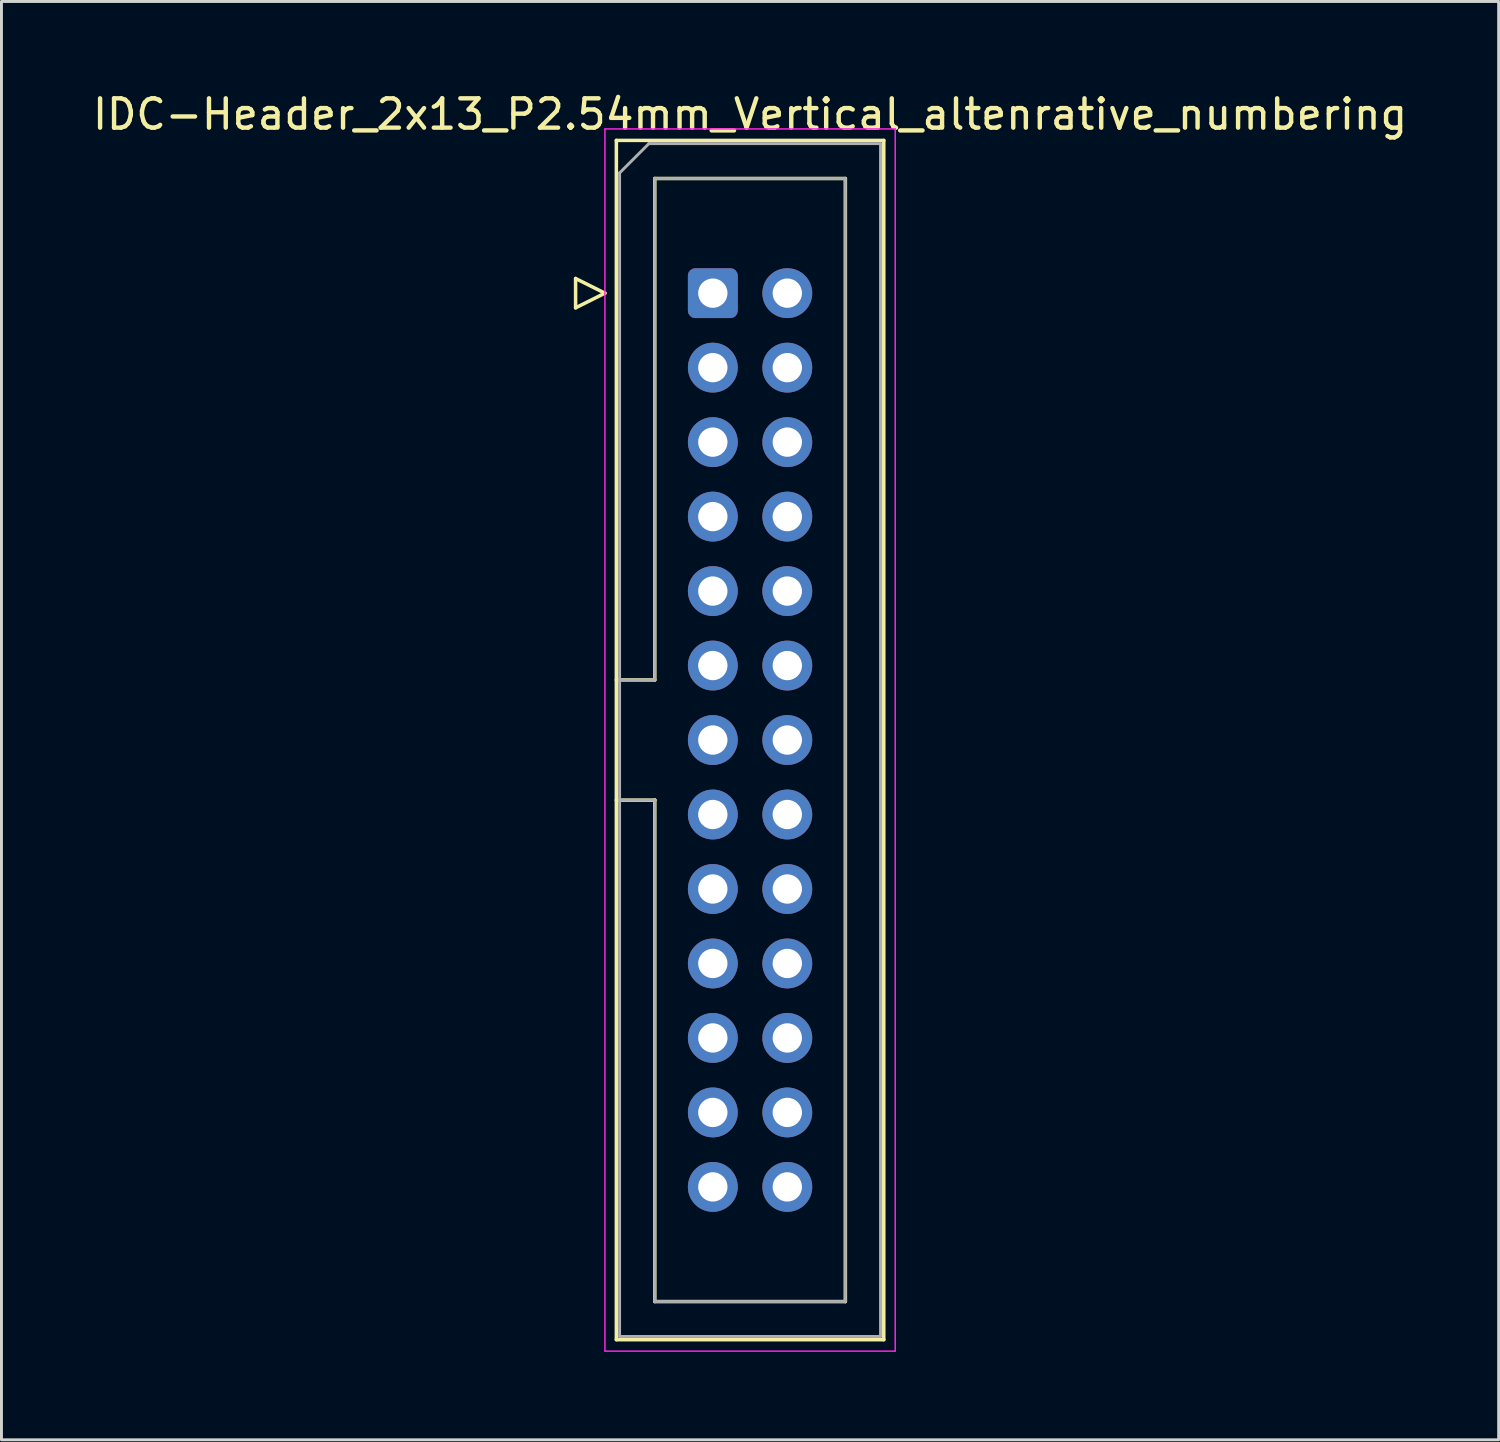
<source format=kicad_pcb>
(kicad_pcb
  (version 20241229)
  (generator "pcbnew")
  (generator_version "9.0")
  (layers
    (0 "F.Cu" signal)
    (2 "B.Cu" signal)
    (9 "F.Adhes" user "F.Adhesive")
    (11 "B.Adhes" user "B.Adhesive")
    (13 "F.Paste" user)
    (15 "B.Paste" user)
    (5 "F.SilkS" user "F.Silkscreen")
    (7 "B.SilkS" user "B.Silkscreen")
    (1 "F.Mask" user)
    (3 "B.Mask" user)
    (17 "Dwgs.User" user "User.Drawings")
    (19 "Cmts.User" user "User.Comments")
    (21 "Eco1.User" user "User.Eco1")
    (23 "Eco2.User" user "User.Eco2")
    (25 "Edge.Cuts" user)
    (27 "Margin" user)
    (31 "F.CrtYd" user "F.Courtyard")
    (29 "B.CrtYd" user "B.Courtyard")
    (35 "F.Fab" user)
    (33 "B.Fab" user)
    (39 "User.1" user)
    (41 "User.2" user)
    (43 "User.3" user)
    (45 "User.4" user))
  (footprint "IDC-Header_2x13_P2.54mm_Vertical_altenrative_numbering"
    (layer "F.Cu")
    (at 22.53 22.188)
    (property "Reference" "IDC-Header_2x13_P2.54mm_Vertical_altenrative_numbering" (at 0 -21.34 0) (layer "F.SilkS") (effects (font (size 1 1) (thickness 0.15))))
    (attr through_hole)
    (fp_line (start -5.95 -15.74) (end -5.95 -14.74) (stroke (width 0.12) (type solid)) (layer "F.SilkS"))
    (fp_line (start -5.95 -14.74) (end -4.95 -15.24) (stroke (width 0.12) (type solid)) (layer "F.SilkS"))
    (fp_line (start -4.95 -15.24) (end -5.95 -15.74) (stroke (width 0.12) (type solid)) (layer "F.SilkS"))
    (fp_line (start -4.56 -20.45) (end 4.56 -20.45) (stroke (width 0.12) (type solid)) (layer "F.SilkS"))
    (fp_line (start -4.56 -2.05) (end -3.25 -2.05) (stroke (width 0.12) (type solid)) (layer "F.SilkS"))
    (fp_line (start -4.56 20.45) (end -4.56 -20.45) (stroke (width 0.12) (type solid)) (layer "F.SilkS"))
    (fp_line (start -3.25 -19.15) (end 3.25 -19.15) (stroke (width 0.12) (type solid)) (layer "F.SilkS"))
    (fp_line (start -3.25 -2.05) (end -3.25 -19.15) (stroke (width 0.12) (type solid)) (layer "F.SilkS"))
    (fp_line (start -3.25 2.05) (end -4.56 2.05) (stroke (width 0.12) (type solid)) (layer "F.SilkS"))
    (fp_line (start -3.25 2.05) (end -3.25 2.05) (stroke (width 0.12) (type solid)) (layer "F.SilkS"))
    (fp_line (start -3.25 19.15) (end -3.25 2.05) (stroke (width 0.12) (type solid)) (layer "F.SilkS"))
    (fp_line (start 3.25 -19.15) (end 3.25 19.15) (stroke (width 0.12) (type solid)) (layer "F.SilkS"))
    (fp_line (start 3.25 19.15) (end -3.25 19.15) (stroke (width 0.12) (type solid)) (layer "F.SilkS"))
    (fp_line (start 4.56 -20.45) (end 4.56 20.45) (stroke (width 0.12) (type solid)) (layer "F.SilkS"))
    (fp_line (start 4.56 20.45) (end -4.56 20.45) (stroke (width 0.12) (type solid)) (layer "F.SilkS"))
    (fp_line (start -4.95 -20.84) (end -4.95 20.84) (stroke (width 0.05) (type solid)) (layer "F.CrtYd"))
    (fp_line (start -4.95 20.84) (end 4.95 20.84) (stroke (width 0.05) (type solid)) (layer "F.CrtYd"))
    (fp_line (start 4.95 -20.84) (end -4.95 -20.84) (stroke (width 0.05) (type solid)) (layer "F.CrtYd"))
    (fp_line (start 4.95 20.84) (end 4.95 -20.84) (stroke (width 0.05) (type solid)) (layer "F.CrtYd"))
    (fp_line (start -4.45 -19.34) (end -3.45 -20.34) (stroke (width 0.1) (type solid)) (layer "F.Fab"))
    (fp_line (start -4.45 -2.05) (end -3.25 -2.05) (stroke (width 0.1) (type solid)) (layer "F.Fab"))
    (fp_line (start -4.45 20.34) (end -4.45 -19.34) (stroke (width 0.1) (type solid)) (layer "F.Fab"))
    (fp_line (start -3.45 -20.34) (end 4.45 -20.34) (stroke (width 0.1) (type solid)) (layer "F.Fab"))
    (fp_line (start -3.25 -19.15) (end 3.25 -19.15) (stroke (width 0.1) (type solid)) (layer "F.Fab"))
    (fp_line (start -3.25 -2.05) (end -3.25 -19.15) (stroke (width 0.1) (type solid)) (layer "F.Fab"))
    (fp_line (start -3.25 2.05) (end -4.45 2.05) (stroke (width 0.1) (type solid)) (layer "F.Fab"))
    (fp_line (start -3.25 2.05) (end -3.25 2.05) (stroke (width 0.1) (type solid)) (layer "F.Fab"))
    (fp_line (start -3.25 19.15) (end -3.25 2.05) (stroke (width 0.1) (type solid)) (layer "F.Fab"))
    (fp_line (start 3.25 -19.15) (end 3.25 19.15) (stroke (width 0.1) (type solid)) (layer "F.Fab"))
    (fp_line (start 3.25 19.15) (end -3.25 19.15) (stroke (width 0.1) (type solid)) (layer "F.Fab"))
    (fp_line (start 4.45 -20.34) (end 4.45 20.34) (stroke (width 0.1) (type solid)) (layer "F.Fab"))
    (fp_line (start 4.45 20.34) (end -4.45 20.34) (stroke (width 0.1) (type solid)) (layer "F.Fab"))
    (pad "1" thru_hole roundrect (at -1.27 -15.24) (size 1.7 1.7) (drill 1) (layers "*.Cu" "*.Mask") (roundrect_rratio 0.147))
    (pad "2" thru_hole circle (at -1.27 -12.7) (size 1.7 1.7) (drill 1) (layers "*.Cu" "*.Mask"))
    (pad "3" thru_hole circle (at -1.27 -10.16) (size 1.7 1.7) (drill 1) (layers "*.Cu" "*.Mask"))
    (pad "4" thru_hole circle (at -1.27 -7.62) (size 1.7 1.7) (drill 1) (layers "*.Cu" "*.Mask"))
    (pad "5" thru_hole circle (at -1.27 -5.08) (size 1.7 1.7) (drill 1) (layers "*.Cu" "*.Mask"))
    (pad "6" thru_hole circle (at -1.27 -2.54) (size 1.7 1.7) (drill 1) (layers "*.Cu" "*.Mask"))
    (pad "7" thru_hole circle (at -1.27 0) (size 1.7 1.7) (drill 1) (layers "*.Cu" "*.Mask"))
    (pad "8" thru_hole circle (at -1.27 2.54) (size 1.7 1.7) (drill 1) (layers "*.Cu" "*.Mask"))
    (pad "9" thru_hole circle (at -1.27 5.08) (size 1.7 1.7) (drill 1) (layers "*.Cu" "*.Mask"))
    (pad "10" thru_hole circle (at -1.27 7.62) (size 1.7 1.7) (drill 1) (layers "*.Cu" "*.Mask"))
    (pad "11" thru_hole circle (at -1.27 10.16) (size 1.7 1.7) (drill 1) (layers "*.Cu" "*.Mask"))
    (pad "12" thru_hole circle (at -1.27 12.7) (size 1.7 1.7) (drill 1) (layers "*.Cu" "*.Mask"))
    (pad "13" thru_hole circle (at -1.27 15.24) (size 1.7 1.7) (drill 1) (layers "*.Cu" "*.Mask"))
    (pad "14" thru_hole circle (at 1.27 -15.24) (size 1.7 1.7) (drill 1) (layers "*.Cu" "*.Mask"))
    (pad "15" thru_hole circle (at 1.27 -12.7) (size 1.7 1.7) (drill 1) (layers "*.Cu" "*.Mask"))
    (pad "16" thru_hole circle (at 1.27 -10.16) (size 1.7 1.7) (drill 1) (layers "*.Cu" "*.Mask"))
    (pad "17" thru_hole circle (at 1.27 -7.62) (size 1.7 1.7) (drill 1) (layers "*.Cu" "*.Mask"))
    (pad "18" thru_hole circle (at 1.27 -5.08) (size 1.7 1.7) (drill 1) (layers "*.Cu" "*.Mask"))
    (pad "19" thru_hole circle (at 1.27 -2.54) (size 1.7 1.7) (drill 1) (layers "*.Cu" "*.Mask"))
    (pad "20" thru_hole circle (at 1.27 0) (size 1.7 1.7) (drill 1) (layers "*.Cu" "*.Mask"))
    (pad "21" thru_hole circle (at 1.27 2.54) (size 1.7 1.7) (drill 1) (layers "*.Cu" "*.Mask"))
    (pad "22" thru_hole circle (at 1.27 5.08) (size 1.7 1.7) (drill 1) (layers "*.Cu" "*.Mask"))
    (pad "23" thru_hole circle (at 1.27 7.62) (size 1.7 1.7) (drill 1) (layers "*.Cu" "*.Mask"))
    (pad "24" thru_hole circle (at 1.27 10.16) (size 1.7 1.7) (drill 1) (layers "*.Cu" "*.Mask"))
    (pad "25" thru_hole circle (at 1.27 12.7) (size 1.7 1.7) (drill 1) (layers "*.Cu" "*.Mask"))
    (pad "26" thru_hole circle (at 1.27 15.24) (size 1.7 1.7) (drill 1) (layers "*.Cu" "*.Mask")))
  (gr_rect
    (start -3 -3)
    (end 48.06 46.053)
    (stroke (width 0.1) (type default))
    (fill no)
    (layer "Edge.Cuts")))
</source>
